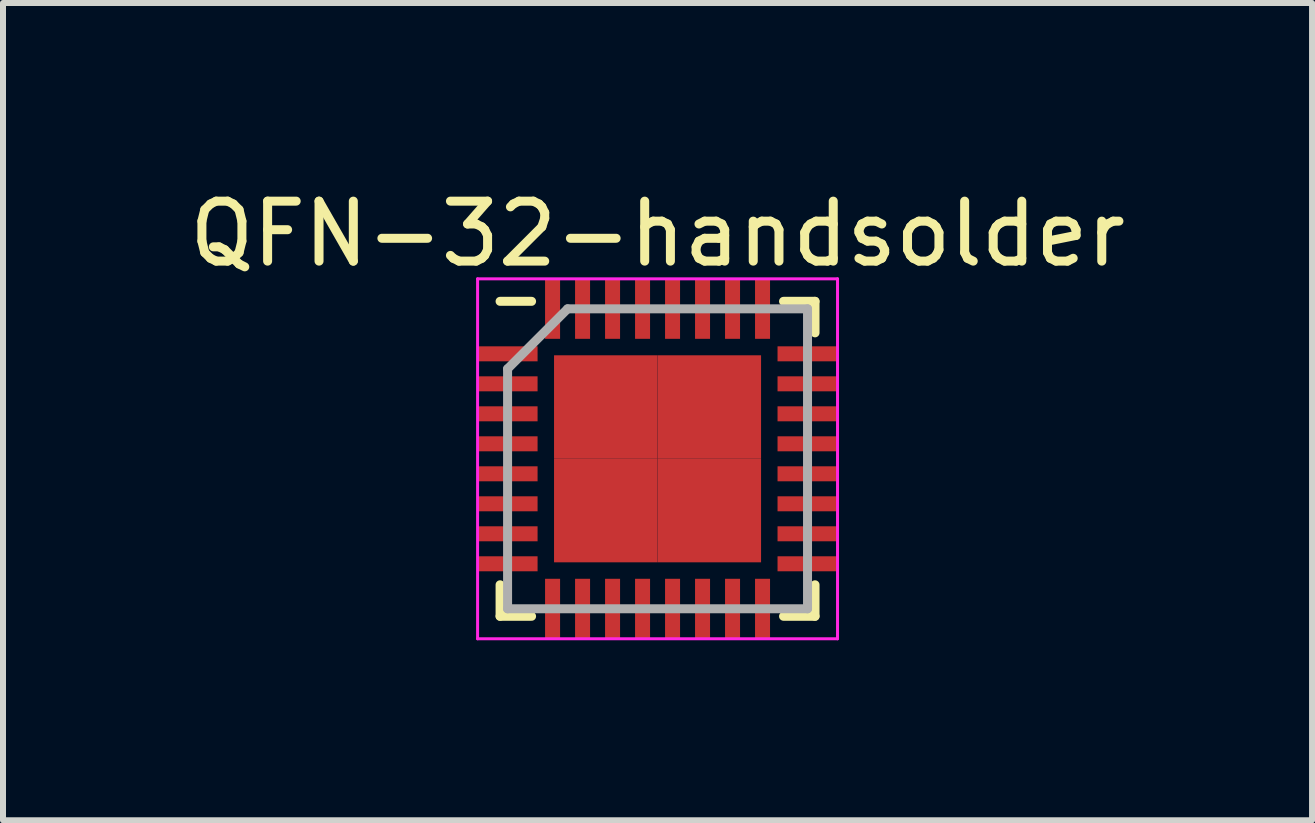
<source format=kicad_pcb>
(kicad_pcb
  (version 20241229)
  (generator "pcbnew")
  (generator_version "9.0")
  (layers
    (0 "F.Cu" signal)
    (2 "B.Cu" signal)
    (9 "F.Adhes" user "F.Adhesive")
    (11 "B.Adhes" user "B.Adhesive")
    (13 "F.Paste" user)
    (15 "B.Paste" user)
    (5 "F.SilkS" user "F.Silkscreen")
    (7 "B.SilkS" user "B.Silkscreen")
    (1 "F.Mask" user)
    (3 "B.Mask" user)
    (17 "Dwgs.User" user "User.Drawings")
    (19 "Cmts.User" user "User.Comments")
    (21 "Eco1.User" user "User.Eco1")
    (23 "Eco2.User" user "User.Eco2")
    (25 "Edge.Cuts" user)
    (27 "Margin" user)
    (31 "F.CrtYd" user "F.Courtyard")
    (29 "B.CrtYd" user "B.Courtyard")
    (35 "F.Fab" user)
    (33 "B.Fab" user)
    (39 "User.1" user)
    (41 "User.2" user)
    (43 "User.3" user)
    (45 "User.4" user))
  (footprint "QFN-32-handsolder"
    (layer "F.Cu")
    (at 7.911 4.598)
    (property "Reference" "QFN-32-handsolder" (at 0 -3.75 0) (layer "F.SilkS") (effects (font (size 1 1) (thickness 0.15))))
    (attr smd)
    (fp_line (start -2.625 -2.625) (end -2.1 -2.625) (stroke (width 0.15) (type solid)) (layer "F.SilkS"))
    (fp_line (start -2.625 2.625) (end -2.625 2.1) (stroke (width 0.15) (type solid)) (layer "F.SilkS"))
    (fp_line (start -2.625 2.625) (end -2.1 2.625) (stroke (width 0.15) (type solid)) (layer "F.SilkS"))
    (fp_line (start 2.625 -2.625) (end 2.1 -2.625) (stroke (width 0.15) (type solid)) (layer "F.SilkS"))
    (fp_line (start 2.625 -2.625) (end 2.625 -2.1) (stroke (width 0.15) (type solid)) (layer "F.SilkS"))
    (fp_line (start 2.625 2.625) (end 2.1 2.625) (stroke (width 0.15) (type solid)) (layer "F.SilkS"))
    (fp_line (start 2.625 2.625) (end 2.625 2.1) (stroke (width 0.15) (type solid)) (layer "F.SilkS"))
    (fp_line (start -3 -3) (end -3 3) (stroke (width 0.05) (type solid)) (layer "F.CrtYd"))
    (fp_line (start -3 -3) (end 3 -3) (stroke (width 0.05) (type solid)) (layer "F.CrtYd"))
    (fp_line (start -3 3) (end 3 3) (stroke (width 0.05) (type solid)) (layer "F.CrtYd"))
    (fp_line (start 3 -3) (end 3 3) (stroke (width 0.05) (type solid)) (layer "F.CrtYd"))
    (fp_line (start -2.5 -1.5) (end -1.5 -2.5) (stroke (width 0.15) (type solid)) (layer "F.Fab"))
    (fp_line (start -2.5 2.5) (end -2.5 -1.5) (stroke (width 0.15) (type solid)) (layer "F.Fab"))
    (fp_line (start -1.5 -2.5) (end 2.5 -2.5) (stroke (width 0.15) (type solid)) (layer "F.Fab"))
    (fp_line (start 2.5 -2.5) (end 2.5 2.5) (stroke (width 0.15) (type solid)) (layer "F.Fab"))
    (fp_line (start 2.5 2.5) (end -2.5 2.5) (stroke (width 0.15) (type solid)) (layer "F.Fab"))
    (pad "1" smd rect (at -2.5 -1.75) (size 1 0.25) (layers "F.Cu" "F.Mask" "F.Paste"))
    (pad "2" smd rect (at -2.5 -1.25) (size 1 0.25) (layers "F.Cu" "F.Mask" "F.Paste"))
    (pad "3" smd rect (at -2.5 -0.75) (size 1 0.25) (layers "F.Cu" "F.Mask" "F.Paste"))
    (pad "4" smd rect (at -2.5 -0.25) (size 1 0.25) (layers "F.Cu" "F.Mask" "F.Paste"))
    (pad "5" smd rect (at -2.5 0.25) (size 1 0.25) (layers "F.Cu" "F.Mask" "F.Paste"))
    (pad "6" smd rect (at -2.5 0.75) (size 1 0.25) (layers "F.Cu" "F.Mask" "F.Paste"))
    (pad "7" smd rect (at -2.5 1.25) (size 1 0.25) (layers "F.Cu" "F.Mask" "F.Paste"))
    (pad "8" smd rect (at -2.5 1.75) (size 1 0.25) (layers "F.Cu" "F.Mask" "F.Paste"))
    (pad "9" smd rect (at -1.75 2.5 90) (size 1 0.25) (layers "F.Cu" "F.Mask" "F.Paste"))
    (pad "10" smd rect (at -1.25 2.5 90) (size 1 0.25) (layers "F.Cu" "F.Mask" "F.Paste"))
    (pad "11" smd rect (at -0.75 2.5 90) (size 1 0.25) (layers "F.Cu" "F.Mask" "F.Paste"))
    (pad "12" smd rect (at -0.25 2.5 90) (size 1 0.25) (layers "F.Cu" "F.Mask" "F.Paste"))
    (pad "13" smd rect (at 0.25 2.5 90) (size 1 0.25) (layers "F.Cu" "F.Mask" "F.Paste"))
    (pad "14" smd rect (at 0.75 2.5 90) (size 1 0.25) (layers "F.Cu" "F.Mask" "F.Paste"))
    (pad "15" smd rect (at 1.25 2.5 90) (size 1 0.25) (layers "F.Cu" "F.Mask" "F.Paste"))
    (pad "16" smd rect (at 1.75 2.5 90) (size 1 0.25) (layers "F.Cu" "F.Mask" "F.Paste"))
    (pad "17" smd rect (at 2.5 1.75) (size 1 0.25) (layers "F.Cu" "F.Mask" "F.Paste"))
    (pad "18" smd rect (at 2.5 1.25) (size 1 0.25) (layers "F.Cu" "F.Mask" "F.Paste"))
    (pad "19" smd rect (at 2.5 0.75) (size 1 0.25) (layers "F.Cu" "F.Mask" "F.Paste"))
    (pad "20" smd rect (at 2.5 0.25) (size 1 0.25) (layers "F.Cu" "F.Mask" "F.Paste"))
    (pad "21" smd rect (at 2.5 -0.25) (size 1 0.25) (layers "F.Cu" "F.Mask" "F.Paste"))
    (pad "22" smd rect (at 2.5 -0.75) (size 1 0.25) (layers "F.Cu" "F.Mask" "F.Paste"))
    (pad "23" smd rect (at 2.5 -1.25) (size 1 0.25) (layers "F.Cu" "F.Mask" "F.Paste"))
    (pad "24" smd rect (at 2.5 -1.75) (size 1 0.25) (layers "F.Cu" "F.Mask" "F.Paste"))
    (pad "25" smd rect (at 1.75 -2.5 90) (size 1 0.25) (layers "F.Cu" "F.Mask" "F.Paste"))
    (pad "26" smd rect (at 1.25 -2.5 90) (size 1 0.25) (layers "F.Cu" "F.Mask" "F.Paste"))
    (pad "27" smd rect (at 0.75 -2.5 90) (size 1 0.25) (layers "F.Cu" "F.Mask" "F.Paste"))
    (pad "28" smd rect (at 0.25 -2.5 90) (size 1 0.25) (layers "F.Cu" "F.Mask" "F.Paste"))
    (pad "29" smd rect (at -0.25 -2.5 90) (size 1 0.25) (layers "F.Cu" "F.Mask" "F.Paste"))
    (pad "30" smd rect (at -0.75 -2.5 90) (size 1 0.25) (layers "F.Cu" "F.Mask" "F.Paste"))
    (pad "31" smd rect (at -1.25 -2.5 90) (size 1 0.25) (layers "F.Cu" "F.Mask" "F.Paste"))
    (pad "32" smd rect (at -1.75 -2.5 90) (size 1 0.25) (layers "F.Cu" "F.Mask" "F.Paste"))
    (pad "33" smd rect (at -0.863 -0.863) (size 1.725 1.725) (layers "F.Cu" "F.Mask" "F.Paste"))
    (pad "33" smd rect (at -0.863 0.863) (size 1.725 1.725) (layers "F.Cu" "F.Mask" "F.Paste"))
    (pad "33" smd rect (at 0.863 -0.863) (size 1.725 1.725) (layers "F.Cu" "F.Mask" "F.Paste"))
    (pad "33" smd rect (at 0.863 0.863) (size 1.725 1.725) (layers "F.Cu" "F.Mask" "F.Paste")))
  (gr_rect
    (start -3 -3)
    (end 18.821 10.623)
    (stroke (width 0.1) (type default))
    (fill no)
    (layer "Edge.Cuts")))
</source>
